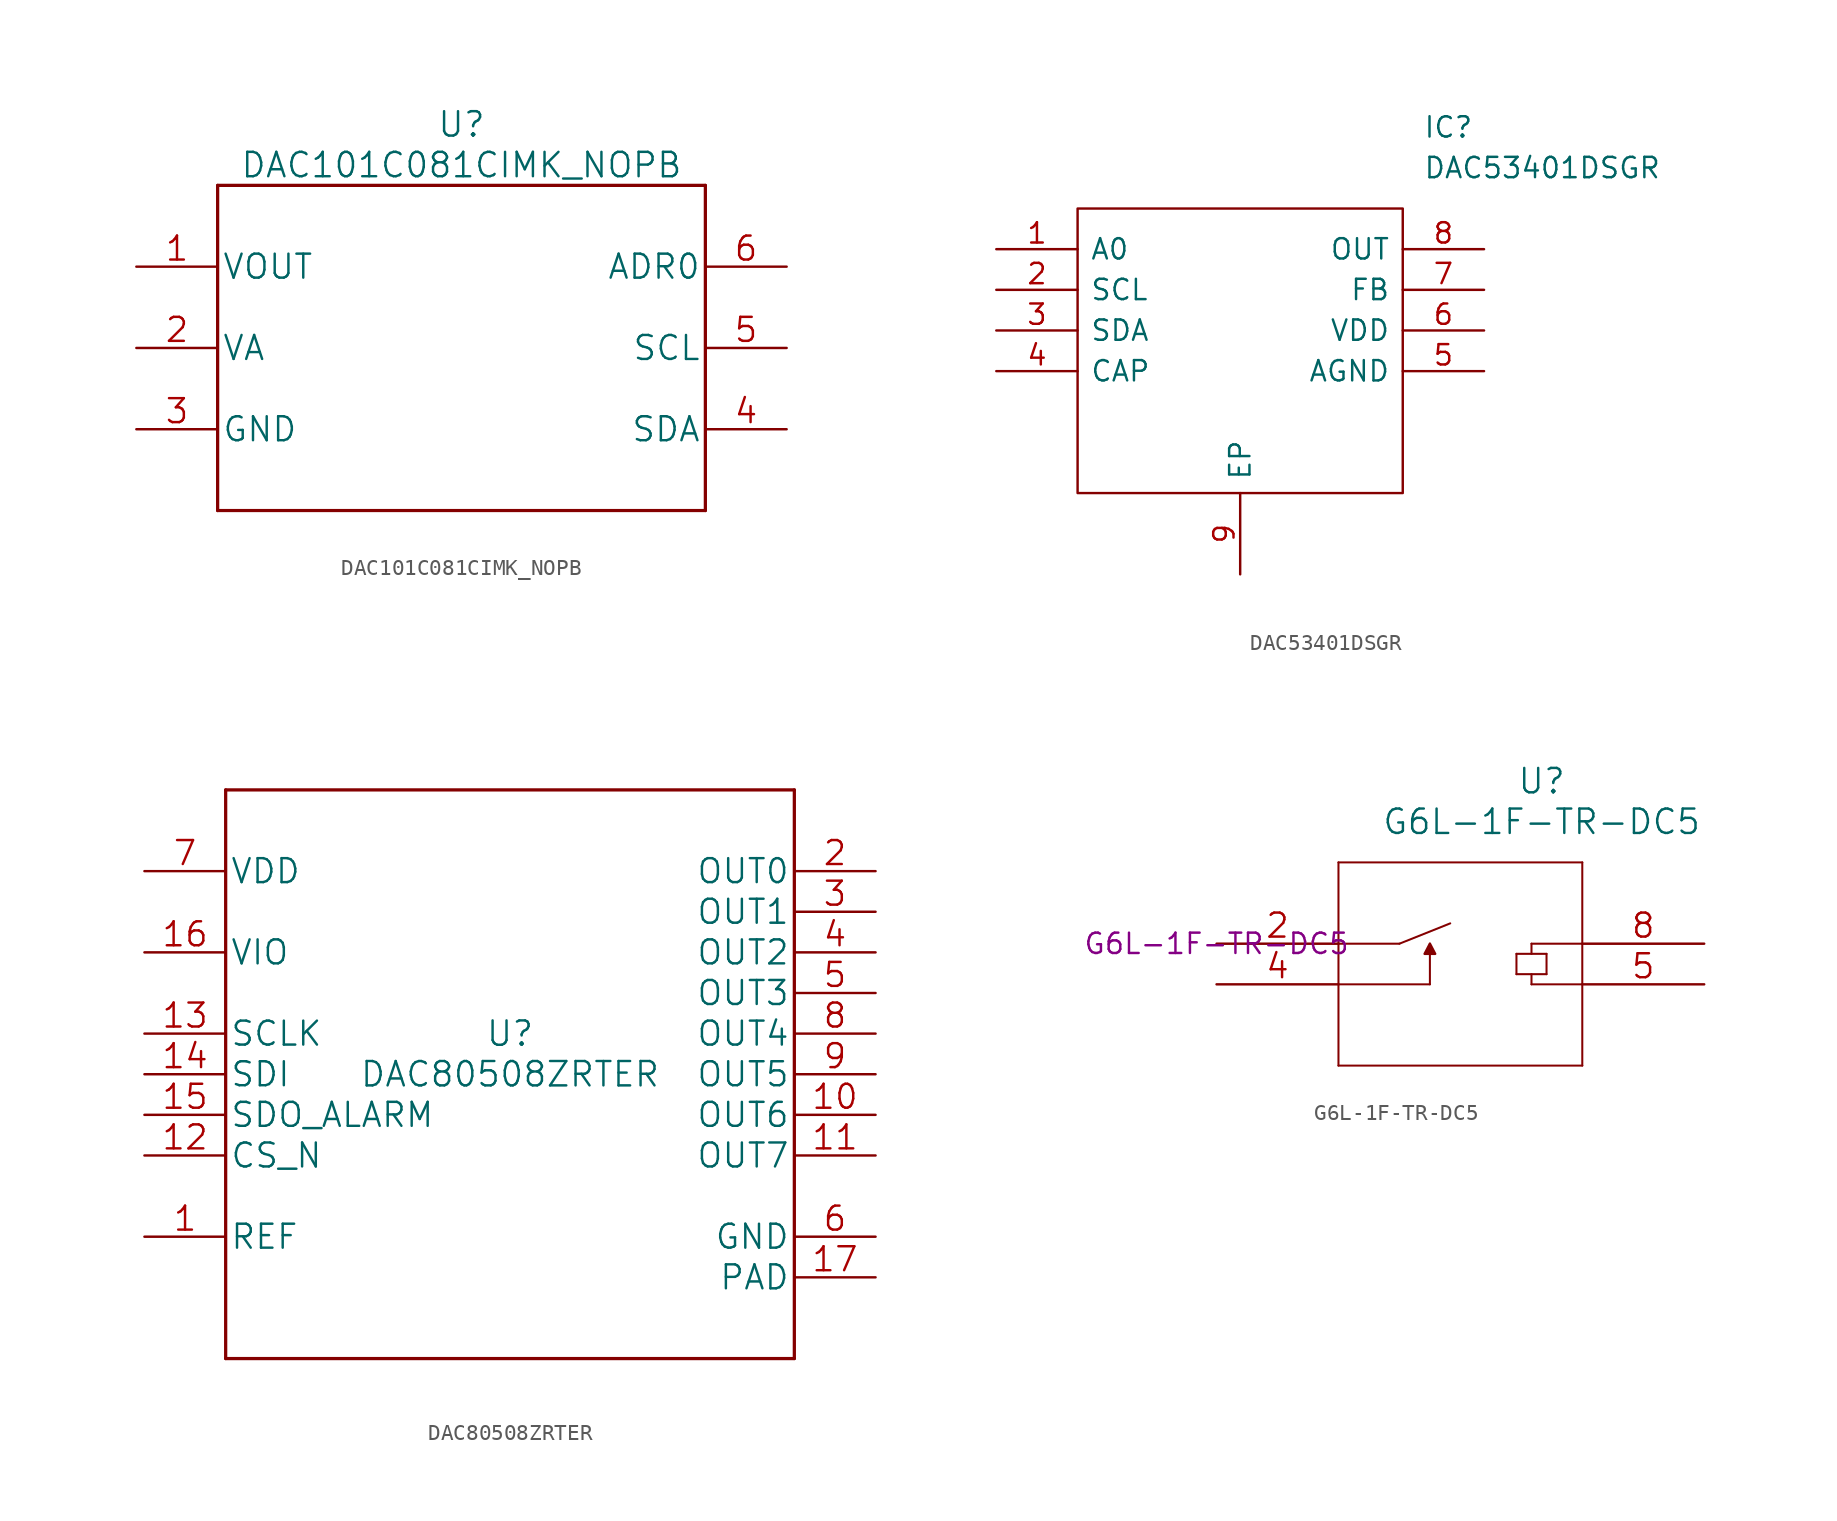
<source format=kicad_sym>
(kicad_symbol_lib
  (version 20211014)
  (generator kicad_symbol_editor)
  (symbol "DAC101C081CIMK_NOPB"
    (pin_names
      (offset 0.254))
    (property "Reference" "U"
      (at 0 13.97 0)
      (effects (font (size 1.524 1.524))))
    (property "Value" "DAC101C081CIMK_NOPB"
      (at 0 11.43 0)
      (effects (font (size 1.524 1.524))))
    (property "Datasheet" ""
      (at 0 0 0)
      (effects (font (size 1.524 1.524))))
    (property "ki_locked" ""
      (at 0 0 0)
      (effects (font (size 1.27 1.27))))
    (symbol "DAC101C081CIMK_NOPB_1_1"
      (polyline (pts (xy -15.24 -10.16) (xy 15.24 -10.16)) (stroke (width 0.203) (type default) (color 0 0 0 0)) (fill (type none)))
      (polyline (pts (xy -15.24 10.16) (xy -15.24 -10.16)) (stroke (width 0.203) (type default) (color 0 0 0 0)) (fill (type none)))
      (polyline (pts (xy 15.24 -10.16) (xy 15.24 10.16)) (stroke (width 0.203) (type default) (color 0 0 0 0)) (fill (type none)))
      (polyline (pts (xy 15.24 10.16) (xy -15.24 10.16)) (stroke (width 0.203) (type default) (color 0 0 0 0)) (fill (type none)))
      (pin output line (at -20.32 5.08 0) (length 5.08) (name "VOUT" (effects (font (size 1.499 1.499)))) (number "1" (effects (font (size 1.499 1.499)))))
      (pin power_in line (at -20.32 0 0) (length 5.08) (name "VA" (effects (font (size 1.499 1.499)))) (number "2" (effects (font (size 1.499 1.499)))))
      (pin power_in line (at -20.32 -5.08 0) (length 5.08) (name "GND" (effects (font (size 1.499 1.499)))) (number "3" (effects (font (size 1.499 1.499)))))
      (pin bidirectional line (at 20.32 -5.08 180) (length 5.08) (name "SDA" (effects (font (size 1.499 1.499)))) (number "4" (effects (font (size 1.499 1.499)))))
      (pin input line (at 20.32 0 180) (length 5.08) (name "SCL" (effects (font (size 1.499 1.499)))) (number "5" (effects (font (size 1.499 1.499)))))
      (pin input line (at 20.32 5.08 180) (length 5.08) (name "ADR0" (effects (font (size 1.499 1.499)))) (number "6" (effects (font (size 1.499 1.499)))))))
  (symbol "DAC53401DSGR"
    (pin_names
      (offset 0.762))
    (property "Reference" "IC"
      (at 26.67 7.62 0)
      (effects (font (size 1.27 1.27)) (justify left)))
    (property "Value" "DAC53401DSGR"
      (at 26.67 5.08 0)
      (effects (font (size 1.27 1.27)) (justify left)))
    (symbol "DAC53401DSGR_0_0"
      (pin passive line (at 0 0 0) (length 5.08) (name "A0" (effects (font (size 1.27 1.27)))) (number "1" (effects (font (size 1.27 1.27)))))
      (pin passive line (at 0 -2.54 0) (length 5.08) (name "SCL" (effects (font (size 1.27 1.27)))) (number "2" (effects (font (size 1.27 1.27)))))
      (pin passive line (at 0 -5.08 0) (length 5.08) (name "SDA" (effects (font (size 1.27 1.27)))) (number "3" (effects (font (size 1.27 1.27)))))
      (pin passive line (at 0 -7.62 0) (length 5.08) (name "CAP" (effects (font (size 1.27 1.27)))) (number "4" (effects (font (size 1.27 1.27)))))
      (pin passive line (at 30.48 -7.62 180) (length 5.08) (name "AGND" (effects (font (size 1.27 1.27)))) (number "5" (effects (font (size 1.27 1.27)))))
      (pin passive line (at 30.48 -5.08 180) (length 5.08) (name "VDD" (effects (font (size 1.27 1.27)))) (number "6" (effects (font (size 1.27 1.27)))))
      (pin passive line (at 30.48 -2.54 180) (length 5.08) (name "FB" (effects (font (size 1.27 1.27)))) (number "7" (effects (font (size 1.27 1.27)))))
      (pin passive line (at 30.48 0 180) (length 5.08) (name "OUT" (effects (font (size 1.27 1.27)))) (number "8" (effects (font (size 1.27 1.27)))))
      (pin passive line (at 15.24 -20.32 90) (length 5.08) (name "EP" (effects (font (size 1.27 1.27)))) (number "9" (effects (font (size 1.27 1.27))))))
    (symbol "DAC53401DSGR_0_1"
      (polyline (pts (xy 5.08 2.54) (xy 25.4 2.54) (xy 25.4 -15.24) (xy 5.08 -15.24) (xy 5.08 2.54)) (stroke (width 0.152) (type default) (color 0 0 0 0)) (fill (type none)))))
  (symbol "DAC80508ZRTER"
    (pin_names
      (offset 0.254))
    (property "Reference" "U"
      (at 0 2.54 0)
      (effects (font (size 1.524 1.524))))
    (property "Value" "DAC80508ZRTER"
      (at 0 0 0)
      (effects (font (size 1.524 1.524))))
    (property "Datasheet" ""
      (at 0 0 0)
      (effects (font (size 1.524 1.524))))
    (property "ki_locked" ""
      (at 0 0 0)
      (effects (font (size 1.27 1.27))))
    (symbol "DAC80508ZRTER_1_1"
      (polyline (pts (xy -17.78 -17.78) (xy 17.78 -17.78)) (stroke (width 0.203) (type default) (color 0 0 0 0)) (fill (type none)))
      (polyline (pts (xy -17.78 17.78) (xy -17.78 -17.78)) (stroke (width 0.203) (type default) (color 0 0 0 0)) (fill (type none)))
      (polyline (pts (xy 17.78 -17.78) (xy 17.78 17.78)) (stroke (width 0.203) (type default) (color 0 0 0 0)) (fill (type none)))
      (polyline (pts (xy 17.78 17.78) (xy -17.78 17.78)) (stroke (width 0.203) (type default) (color 0 0 0 0)) (fill (type none)))
      (pin bidirectional line (at -22.86 -10.16 0) (length 5.08) (name "REF" (effects (font (size 1.499 1.499)))) (number "1" (effects (font (size 1.499 1.499)))))
      (pin output line (at 22.86 -2.54 180) (length 5.08) (name "OUT6" (effects (font (size 1.499 1.499)))) (number "10" (effects (font (size 1.499 1.499)))))
      (pin output line (at 22.86 -5.08 180) (length 5.08) (name "OUT7" (effects (font (size 1.499 1.499)))) (number "11" (effects (font (size 1.499 1.499)))))
      (pin input line (at -22.86 -5.08 0) (length 5.08) (name "CS_N" (effects (font (size 1.499 1.499)))) (number "12" (effects (font (size 1.499 1.499)))))
      (pin input line (at -22.86 2.54 0) (length 5.08) (name "SCLK" (effects (font (size 1.499 1.499)))) (number "13" (effects (font (size 1.499 1.499)))))
      (pin input line (at -22.86 0 0) (length 5.08) (name "SDI" (effects (font (size 1.499 1.499)))) (number "14" (effects (font (size 1.499 1.499)))))
      (pin tri_state line (at -22.86 -2.54 0) (length 5.08) (name "SDO_ALARM" (effects (font (size 1.499 1.499)))) (number "15" (effects (font (size 1.499 1.499)))))
      (pin power_in line (at -22.86 7.62 0) (length 5.08) (name "VIO" (effects (font (size 1.499 1.499)))) (number "16" (effects (font (size 1.499 1.499)))))
      (pin power_in line (at 22.86 -12.7 180) (length 5.08) (name "PAD" (effects (font (size 1.499 1.499)))) (number "17" (effects (font (size 1.499 1.499)))))
      (pin output line (at 22.86 12.7 180) (length 5.08) (name "OUT0" (effects (font (size 1.499 1.499)))) (number "2" (effects (font (size 1.499 1.499)))))
      (pin output line (at 22.86 10.16 180) (length 5.08) (name "OUT1" (effects (font (size 1.499 1.499)))) (number "3" (effects (font (size 1.499 1.499)))))
      (pin output line (at 22.86 7.62 180) (length 5.08) (name "OUT2" (effects (font (size 1.499 1.499)))) (number "4" (effects (font (size 1.499 1.499)))))
      (pin output line (at 22.86 5.08 180) (length 5.08) (name "OUT3" (effects (font (size 1.499 1.499)))) (number "5" (effects (font (size 1.499 1.499)))))
      (pin power_in line (at 22.86 -10.16 180) (length 5.08) (name "GND" (effects (font (size 1.499 1.499)))) (number "6" (effects (font (size 1.499 1.499)))))
      (pin power_in line (at -22.86 12.7 0) (length 5.08) (name "VDD" (effects (font (size 1.499 1.499)))) (number "7" (effects (font (size 1.499 1.499)))))
      (pin output line (at 22.86 2.54 180) (length 5.08) (name "OUT4" (effects (font (size 1.499 1.499)))) (number "8" (effects (font (size 1.499 1.499)))))
      (pin output line (at 22.86 0 180) (length 5.08) (name "OUT5" (effects (font (size 1.499 1.499)))) (number "9" (effects (font (size 1.499 1.499)))))))
  (symbol "G6L-1F-TR-DC5"
    (pin_names
      (offset 0.254) hide)
    (property "Reference" "U"
      (at 20.32 10.16 0)
      (effects (font (size 1.524 1.524))))
    (property "Value" "G6L-1F-TR-DC5"
      (at 20.32 7.62 0)
      (effects (font (size 1.524 1.524))))
    (property "Datasheet" ""
      (at 0 0 0)
      (effects (font (size 1.524 1.524))))
    (property "Manf#" "G6L-1F-TR-DC5"
      (at 0 0 0)
      (effects (font (size 1.27 1.27))))
    (symbol "G6L-1F-TR-DC5_1_1"
      (polyline (pts (xy 7.62 -7.62) (xy 22.86 -7.62)) (stroke (width 0.127) (type default) (color 0 0 0 0)) (fill (type none)))
      (polyline (pts (xy 7.62 -2.54) (xy 13.335 -2.54)) (stroke (width 0.127) (type default) (color 0 0 0 0)) (fill (type none)))
      (polyline (pts (xy 7.62 0) (xy 11.43 0)) (stroke (width 0.127) (type default) (color 0 0 0 0)) (fill (type none)))
      (polyline (pts (xy 7.62 5.08) (xy 7.62 -7.62)) (stroke (width 0.127) (type default) (color 0 0 0 0)) (fill (type none)))
      (polyline (pts (xy 11.43 0) (xy 14.605 1.27)) (stroke (width 0.127) (type default) (color 0 0 0 0)) (fill (type none)))
      (polyline (pts (xy 13.335 -2.54) (xy 13.335 0)) (stroke (width 0.127) (type default) (color 0 0 0 0)) (fill (type none)))
      (polyline (pts (xy 18.745 -1.905) (xy 18.745 -0.635)) (stroke (width 0.127) (type default) (color 0 0 0 0)) (fill (type none)))
      (polyline (pts (xy 18.745 -1.905) (xy 20.625 -1.905)) (stroke (width 0.127) (type default) (color 0 0 0 0)) (fill (type none)))
      (polyline (pts (xy 19.685 -2.54) (xy 19.685 -1.905)) (stroke (width 0.127) (type default) (color 0 0 0 0)) (fill (type none)))
      (polyline (pts (xy 19.685 0) (xy 19.685 -0.635)) (stroke (width 0.127) (type default) (color 0 0 0 0)) (fill (type none)))
      (polyline (pts (xy 20.625 -1.905) (xy 20.625 -0.635)) (stroke (width 0.127) (type default) (color 0 0 0 0)) (fill (type none)))
      (polyline (pts (xy 20.625 -0.635) (xy 18.745 -0.635)) (stroke (width 0.127) (type default) (color 0 0 0 0)) (fill (type none)))
      (polyline (pts (xy 22.86 -7.62) (xy 22.86 5.08)) (stroke (width 0.127) (type default) (color 0 0 0 0)) (fill (type none)))
      (polyline (pts (xy 22.86 -2.54) (xy 19.685 -2.54)) (stroke (width 0.127) (type default) (color 0 0 0 0)) (fill (type none)))
      (polyline (pts (xy 22.86 0) (xy 19.685 0)) (stroke (width 0.127) (type default) (color 0 0 0 0)) (fill (type none)))
      (polyline (pts (xy 22.86 5.08) (xy 7.62 5.08)) (stroke (width 0.127) (type default) (color 0 0 0 0)) (fill (type none)))
      (polyline (pts (xy 13.335 0) (xy 13.005 -0.635) (xy 13.665 -0.635) (xy 13.335 0)) (stroke (width 0) (type default) (color 0 0 0 0)) (fill (type outline)))
      (pin passive line (at 0 0 0) (length 7.62) (name "2" (effects (font (size 1.499 1.499)))) (number "2" (effects (font (size 1.499 1.499)))))
      (pin passive line (at 0 -2.54 0) (length 7.62) (name "4" (effects (font (size 1.499 1.499)))) (number "4" (effects (font (size 1.499 1.499)))))
      (pin passive line (at 30.48 -2.54 180) (length 7.62) (name "5" (effects (font (size 1.499 1.499)))) (number "5" (effects (font (size 1.499 1.499)))))
      (pin passive line (at 30.48 0 180) (length 7.62) (name "8" (effects (font (size 1.499 1.499)))) (number "8" (effects (font (size 1.499 1.499))))))))
</source>
